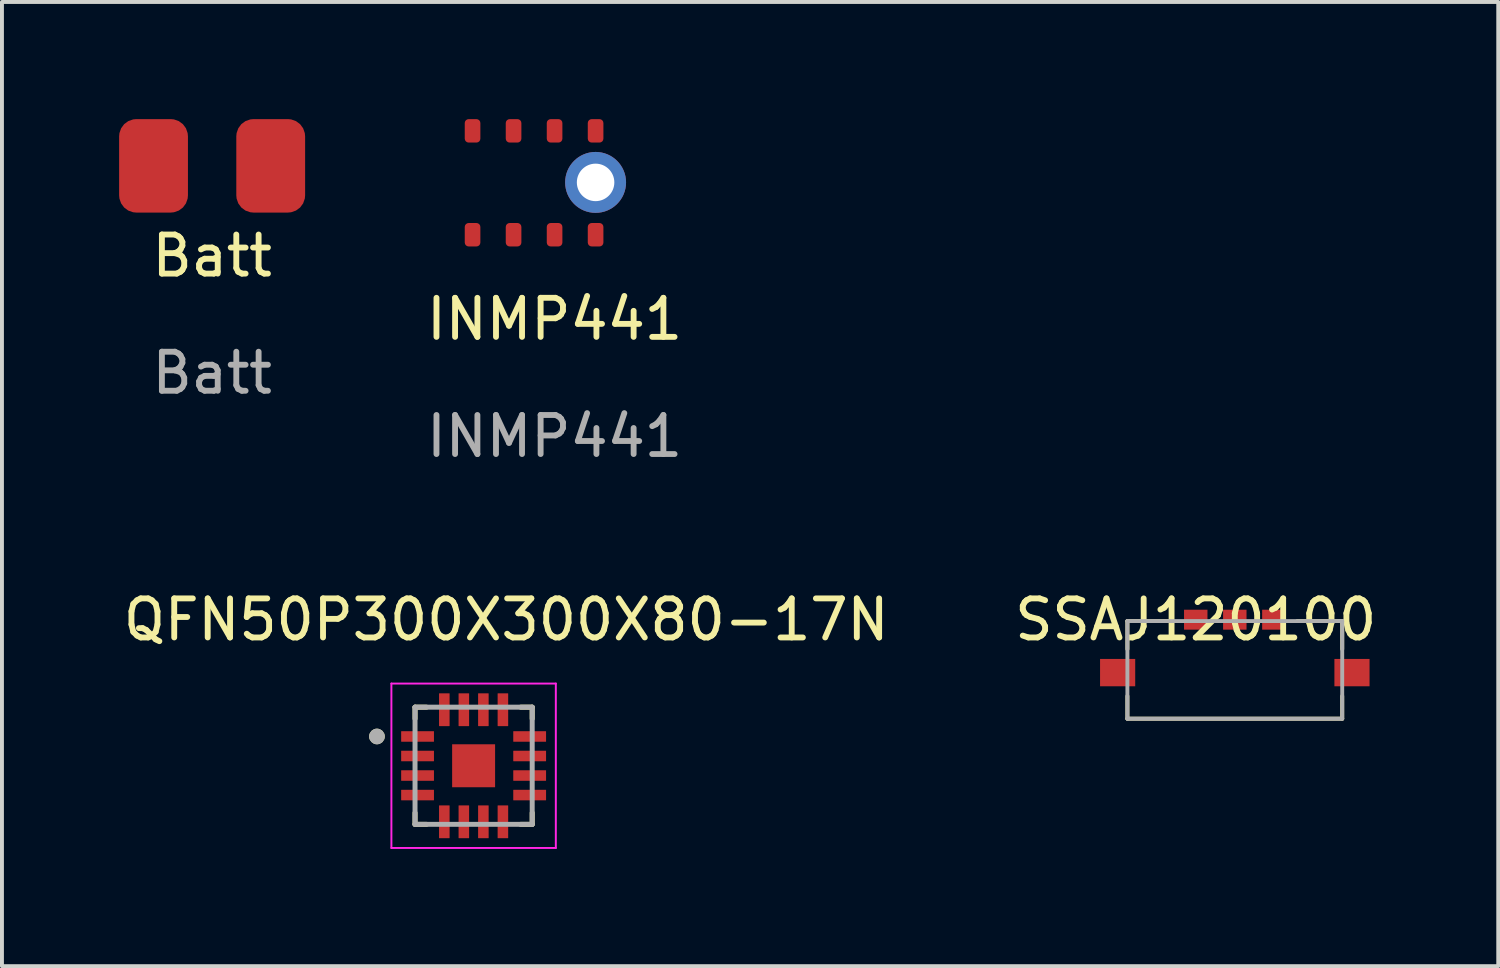
<source format=kicad_pcb>
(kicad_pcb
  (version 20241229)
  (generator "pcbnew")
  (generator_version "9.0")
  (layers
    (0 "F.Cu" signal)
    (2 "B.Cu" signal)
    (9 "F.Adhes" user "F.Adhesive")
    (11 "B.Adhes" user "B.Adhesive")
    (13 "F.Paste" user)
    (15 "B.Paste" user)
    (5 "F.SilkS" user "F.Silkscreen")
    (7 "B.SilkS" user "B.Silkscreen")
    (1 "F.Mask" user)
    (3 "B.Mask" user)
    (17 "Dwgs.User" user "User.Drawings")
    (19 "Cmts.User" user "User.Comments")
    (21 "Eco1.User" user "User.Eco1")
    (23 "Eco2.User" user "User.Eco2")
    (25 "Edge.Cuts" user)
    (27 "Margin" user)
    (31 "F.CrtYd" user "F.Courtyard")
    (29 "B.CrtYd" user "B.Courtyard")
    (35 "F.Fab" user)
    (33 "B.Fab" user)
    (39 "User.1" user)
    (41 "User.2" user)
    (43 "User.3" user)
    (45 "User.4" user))
  (footprint "QFN50P300X300X80-17N"
    (layer "F.Cu")
    (at 9.076 16.556)
    (property "Reference" "QFN50P300X300X80-17N" (at 0.835 -3.74 0) (layer "F.SilkS") (effects (font (size 1 1) (thickness 0.15))))
    (attr through_hole)
    (fp_line (start -1.5 -1.5) (end -1.5 -1.205) (stroke (width 0.127) (type solid)) (layer "F.SilkS"))
    (fp_line (start -1.5 -1.5) (end -1.205 -1.5) (stroke (width 0.127) (type solid)) (layer "F.SilkS"))
    (fp_line (start -1.5 1.5) (end -1.5 1.205) (stroke (width 0.127) (type solid)) (layer "F.SilkS"))
    (fp_line (start -1.5 1.5) (end -1.205 1.5) (stroke (width 0.127) (type solid)) (layer "F.SilkS"))
    (fp_line (start 1.5 -1.5) (end 1.205 -1.5) (stroke (width 0.127) (type solid)) (layer "F.SilkS"))
    (fp_line (start 1.5 -1.5) (end 1.5 -1.205) (stroke (width 0.127) (type solid)) (layer "F.SilkS"))
    (fp_line (start 1.5 1.5) (end 1.205 1.5) (stroke (width 0.127) (type solid)) (layer "F.SilkS"))
    (fp_line (start 1.5 1.5) (end 1.5 1.205) (stroke (width 0.127) (type solid)) (layer "F.SilkS"))
    (fp_circle (center -2.475 -0.75) (end -2.375 -0.75) (stroke (width 0.2) (type solid)) (fill no) (layer "F.SilkS"))
    (fp_poly (pts (xy -0.35 -0.35) (xy 0.35 -0.35) (xy 0.35 0.35) (xy -0.35 0.35)) (stroke (width 0.01) (type solid)) (fill yes) (layer "F.Paste"))
    (fp_line (start -2.105 -2.105) (end 2.105 -2.105) (stroke (width 0.05) (type solid)) (layer "F.CrtYd"))
    (fp_line (start -2.105 2.105) (end -2.105 -2.105) (stroke (width 0.05) (type solid)) (layer "F.CrtYd"))
    (fp_line (start -2.105 2.105) (end 2.105 2.105) (stroke (width 0.05) (type solid)) (layer "F.CrtYd"))
    (fp_line (start 2.105 2.105) (end 2.105 -2.105) (stroke (width 0.05) (type solid)) (layer "F.CrtYd"))
    (fp_line (start -1.5 1.5) (end -1.5 -1.5) (stroke (width 0.127) (type solid)) (layer "F.Fab"))
    (fp_line (start 1.5 -1.5) (end -1.5 -1.5) (stroke (width 0.127) (type solid)) (layer "F.Fab"))
    (fp_line (start 1.5 1.5) (end -1.5 1.5) (stroke (width 0.127) (type solid)) (layer "F.Fab"))
    (fp_line (start 1.5 1.5) (end 1.5 -1.5) (stroke (width 0.127) (type solid)) (layer "F.Fab"))
    (fp_circle (center -2.475 -0.75) (end -2.375 -0.75) (stroke (width 0.2) (type solid)) (fill no) (layer "F.Fab"))
    (pad "1" smd roundrect (at -1.435 -0.75) (size 0.84 0.27) (layers "F.Cu" "F.Mask" "F.Paste") (roundrect_rratio 0.03))
    (pad "2" smd roundrect (at -1.435 -0.25) (size 0.84 0.27) (layers "F.Cu" "F.Mask" "F.Paste") (roundrect_rratio 0.03))
    (pad "3" smd roundrect (at -1.435 0.25) (size 0.84 0.27) (layers "F.Cu" "F.Mask" "F.Paste") (roundrect_rratio 0.03))
    (pad "4" smd roundrect (at -1.435 0.75) (size 0.84 0.27) (layers "F.Cu" "F.Mask" "F.Paste") (roundrect_rratio 0.03))
    (pad "5" smd roundrect (at -0.75 1.435 90) (size 0.84 0.27) (layers "F.Cu" "F.Mask" "F.Paste") (roundrect_rratio 0.03))
    (pad "6" smd roundrect (at -0.25 1.435 90) (size 0.84 0.27) (layers "F.Cu" "F.Mask" "F.Paste") (roundrect_rratio 0.03))
    (pad "7" smd roundrect (at 0.25 1.435 90) (size 0.84 0.27) (layers "F.Cu" "F.Mask" "F.Paste") (roundrect_rratio 0.03))
    (pad "8" smd roundrect (at 0.75 1.435 90) (size 0.84 0.27) (layers "F.Cu" "F.Mask" "F.Paste") (roundrect_rratio 0.03))
    (pad "9" smd roundrect (at 1.435 0.75) (size 0.84 0.27) (layers "F.Cu" "F.Mask" "F.Paste") (roundrect_rratio 0.03))
    (pad "10" smd roundrect (at 1.435 0.25) (size 0.84 0.27) (layers "F.Cu" "F.Mask" "F.Paste") (roundrect_rratio 0.03))
    (pad "11" smd roundrect (at 1.435 -0.25) (size 0.84 0.27) (layers "F.Cu" "F.Mask" "F.Paste") (roundrect_rratio 0.03))
    (pad "12" smd roundrect (at 1.435 -0.75) (size 0.84 0.27) (layers "F.Cu" "F.Mask" "F.Paste") (roundrect_rratio 0.03))
    (pad "13" smd roundrect (at 0.75 -1.435 90) (size 0.84 0.27) (layers "F.Cu" "F.Mask" "F.Paste") (roundrect_rratio 0.03))
    (pad "14" smd roundrect (at 0.25 -1.435 90) (size 0.84 0.27) (layers "F.Cu" "F.Mask" "F.Paste") (roundrect_rratio 0.03))
    (pad "15" smd roundrect (at -0.25 -1.435 90) (size 0.84 0.27) (layers "F.Cu" "F.Mask" "F.Paste") (roundrect_rratio 0.03))
    (pad "16" smd roundrect (at -0.75 -1.435 90) (size 0.84 0.27) (layers "F.Cu" "F.Mask" "F.Paste") (roundrect_rratio 0.03))
    (pad "17" smd rect (at 0 0) (size 1.1 1.1) (layers "F.Cu" "F.Mask")))
  (footprint "Batt"
    (layer "F.Cu")
    (at 2.381 4)
    (property "Reference" "Batt" (at 0 -0.5 0) (unlocked yes) (layer "F.SilkS") (effects (font (size 1 1) (thickness 0.15))))
    (attr smd)
    (fp_text user "${REFERENCE}" (at 0 2.5 0) (unlocked yes) (layer "F.Fab") (effects (font (size 1 1) (thickness 0.15))))
    (pad "1" smd roundrect (at -1.5 -2.804 90) (size 2.393 1.762) (layers "F.Cu" "F.Mask" "F.Paste") (roundrect_rratio 0.25))
    (pad "2" smd roundrect (at 1.5 -2.804 90) (size 2.393 1.762) (layers "F.Cu" "F.Mask" "F.Paste") (roundrect_rratio 0.25)))
  (footprint "INMP441"
    (layer "F.Cu")
    (at 11.149 5.62)
    (property "Reference" "INMP441" (at 0 -0.5 0) (unlocked yes) (layer "F.SilkS") (effects (font (size 1 1) (thickness 0.15))))
    (attr smd)
    (fp_text user "${REFERENCE}" (at 0 2.5 0) (unlocked yes) (layer "F.Fab") (effects (font (size 1 1) (thickness 0.15))))
    (pad "1" smd roundrect (at -2.1 -5.32) (size 0.4 0.6) (layers "F.Cu" "F.Mask" "F.Paste") (roundrect_rratio 0.25))
    (pad "2" smd roundrect (at -1.05 -5.32) (size 0.4 0.6) (layers "F.Cu" "F.Mask" "F.Paste") (roundrect_rratio 0.25))
    (pad "3" smd roundrect (at 0 -5.32) (size 0.4 0.6) (layers "F.Cu" "F.Mask" "F.Paste") (roundrect_rratio 0.25))
    (pad "4" smd roundrect (at 1.05 -5.32) (size 0.4 0.6) (layers "F.Cu" "F.Mask" "F.Paste") (roundrect_rratio 0.25))
    (pad "5" thru_hole circle (at 1.05 -4 270) (size 1.56 1.56) (drill 0.96) (layers "*.Cu" "*.Mask"))
    (pad "6" smd roundrect (at 1.05 -2.66) (size 0.4 0.6) (layers "F.Cu" "F.Mask" "F.Paste") (roundrect_rratio 0.25))
    (pad "7" smd roundrect (at 0 -2.66) (size 0.4 0.6) (layers "F.Cu" "F.Mask" "F.Paste") (roundrect_rratio 0.25))
    (pad "8" smd roundrect (at -1.05 -2.66) (size 0.4 0.6) (layers "F.Cu" "F.Mask" "F.Paste") (roundrect_rratio 0.25))
    (pad "9" smd roundrect (at -2.1 -2.66) (size 0.4 0.6) (layers "F.Cu" "F.Mask" "F.Paste") (roundrect_rratio 0.25)))
  (footprint "SSAJ120100"
    (layer "F.Cu")
    (at 27.565 12.816)
    (property "Reference" "SSAJ120100" (at 0 0 0) (layer "F.SilkS") (effects (font (size 1 1) (thickness 0.15))))
    (attr through_hole)
    (fp_line (start -1.75 0.035) (end -1.75 0.755) (stroke (width 0.1) (type solid)) (layer "F.SilkS"))
    (fp_line (start -1.75 0.035) (end -0.6 0.035) (stroke (width 0.1) (type solid)) (layer "F.SilkS"))
    (fp_line (start -1.75 2.535) (end -1.75 1.955) (stroke (width 0.1) (type solid)) (layer "F.SilkS"))
    (fp_line (start 3.75 0.035) (end 2.6 0.035) (stroke (width 0.1) (type solid)) (layer "F.SilkS"))
    (fp_line (start 3.75 0.035) (end 3.75 0.755) (stroke (width 0.1) (type solid)) (layer "F.SilkS"))
    (fp_line (start 3.75 2.535) (end -1.75 2.535) (stroke (width 0.1) (type solid)) (layer "F.SilkS"))
    (fp_line (start 3.75 2.535) (end 3.75 1.955) (stroke (width 0.1) (type solid)) (layer "F.SilkS"))
    (fp_line (start -1.75 0.035) (end 3.75 0.035) (stroke (width 0.1) (type solid)) (layer "F.Fab"))
    (fp_line (start -1.75 2.535) (end -1.75 0.035) (stroke (width 0.1) (type solid)) (layer "F.Fab"))
    (fp_line (start 3.75 0.035) (end 3.75 2.535) (stroke (width 0.1) (type solid)) (layer "F.Fab"))
    (fp_line (start 3.75 2.535) (end -1.75 2.535) (stroke (width 0.1) (type solid)) (layer "F.Fab"))
    (pad "1" smd rect (at 0 0) (size 0.6 0.51) (layers "F.Cu" "F.Mask" "F.Paste"))
    (pad "2" smd rect (at 2 0) (size 0.6 0.51) (layers "F.Cu" "F.Mask" "F.Paste"))
    (pad "3" smd rect (at 1 0) (size 0.6 0.51) (layers "F.Cu" "F.Mask" "F.Paste"))
    (pad "4" smd rect (at -2 1.355) (size 0.9 0.7) (layers "F.Cu" "F.Mask" "F.Paste"))
    (pad "5" smd rect (at 4 1.355) (size 0.9 0.7) (layers "F.Cu" "F.Mask" "F.Paste")))
  (gr_rect
    (start -3 -3)
    (end 35.31 21.686)
    (stroke (width 0.1) (type default))
    (fill no)
    (layer "Edge.Cuts")))
</source>
